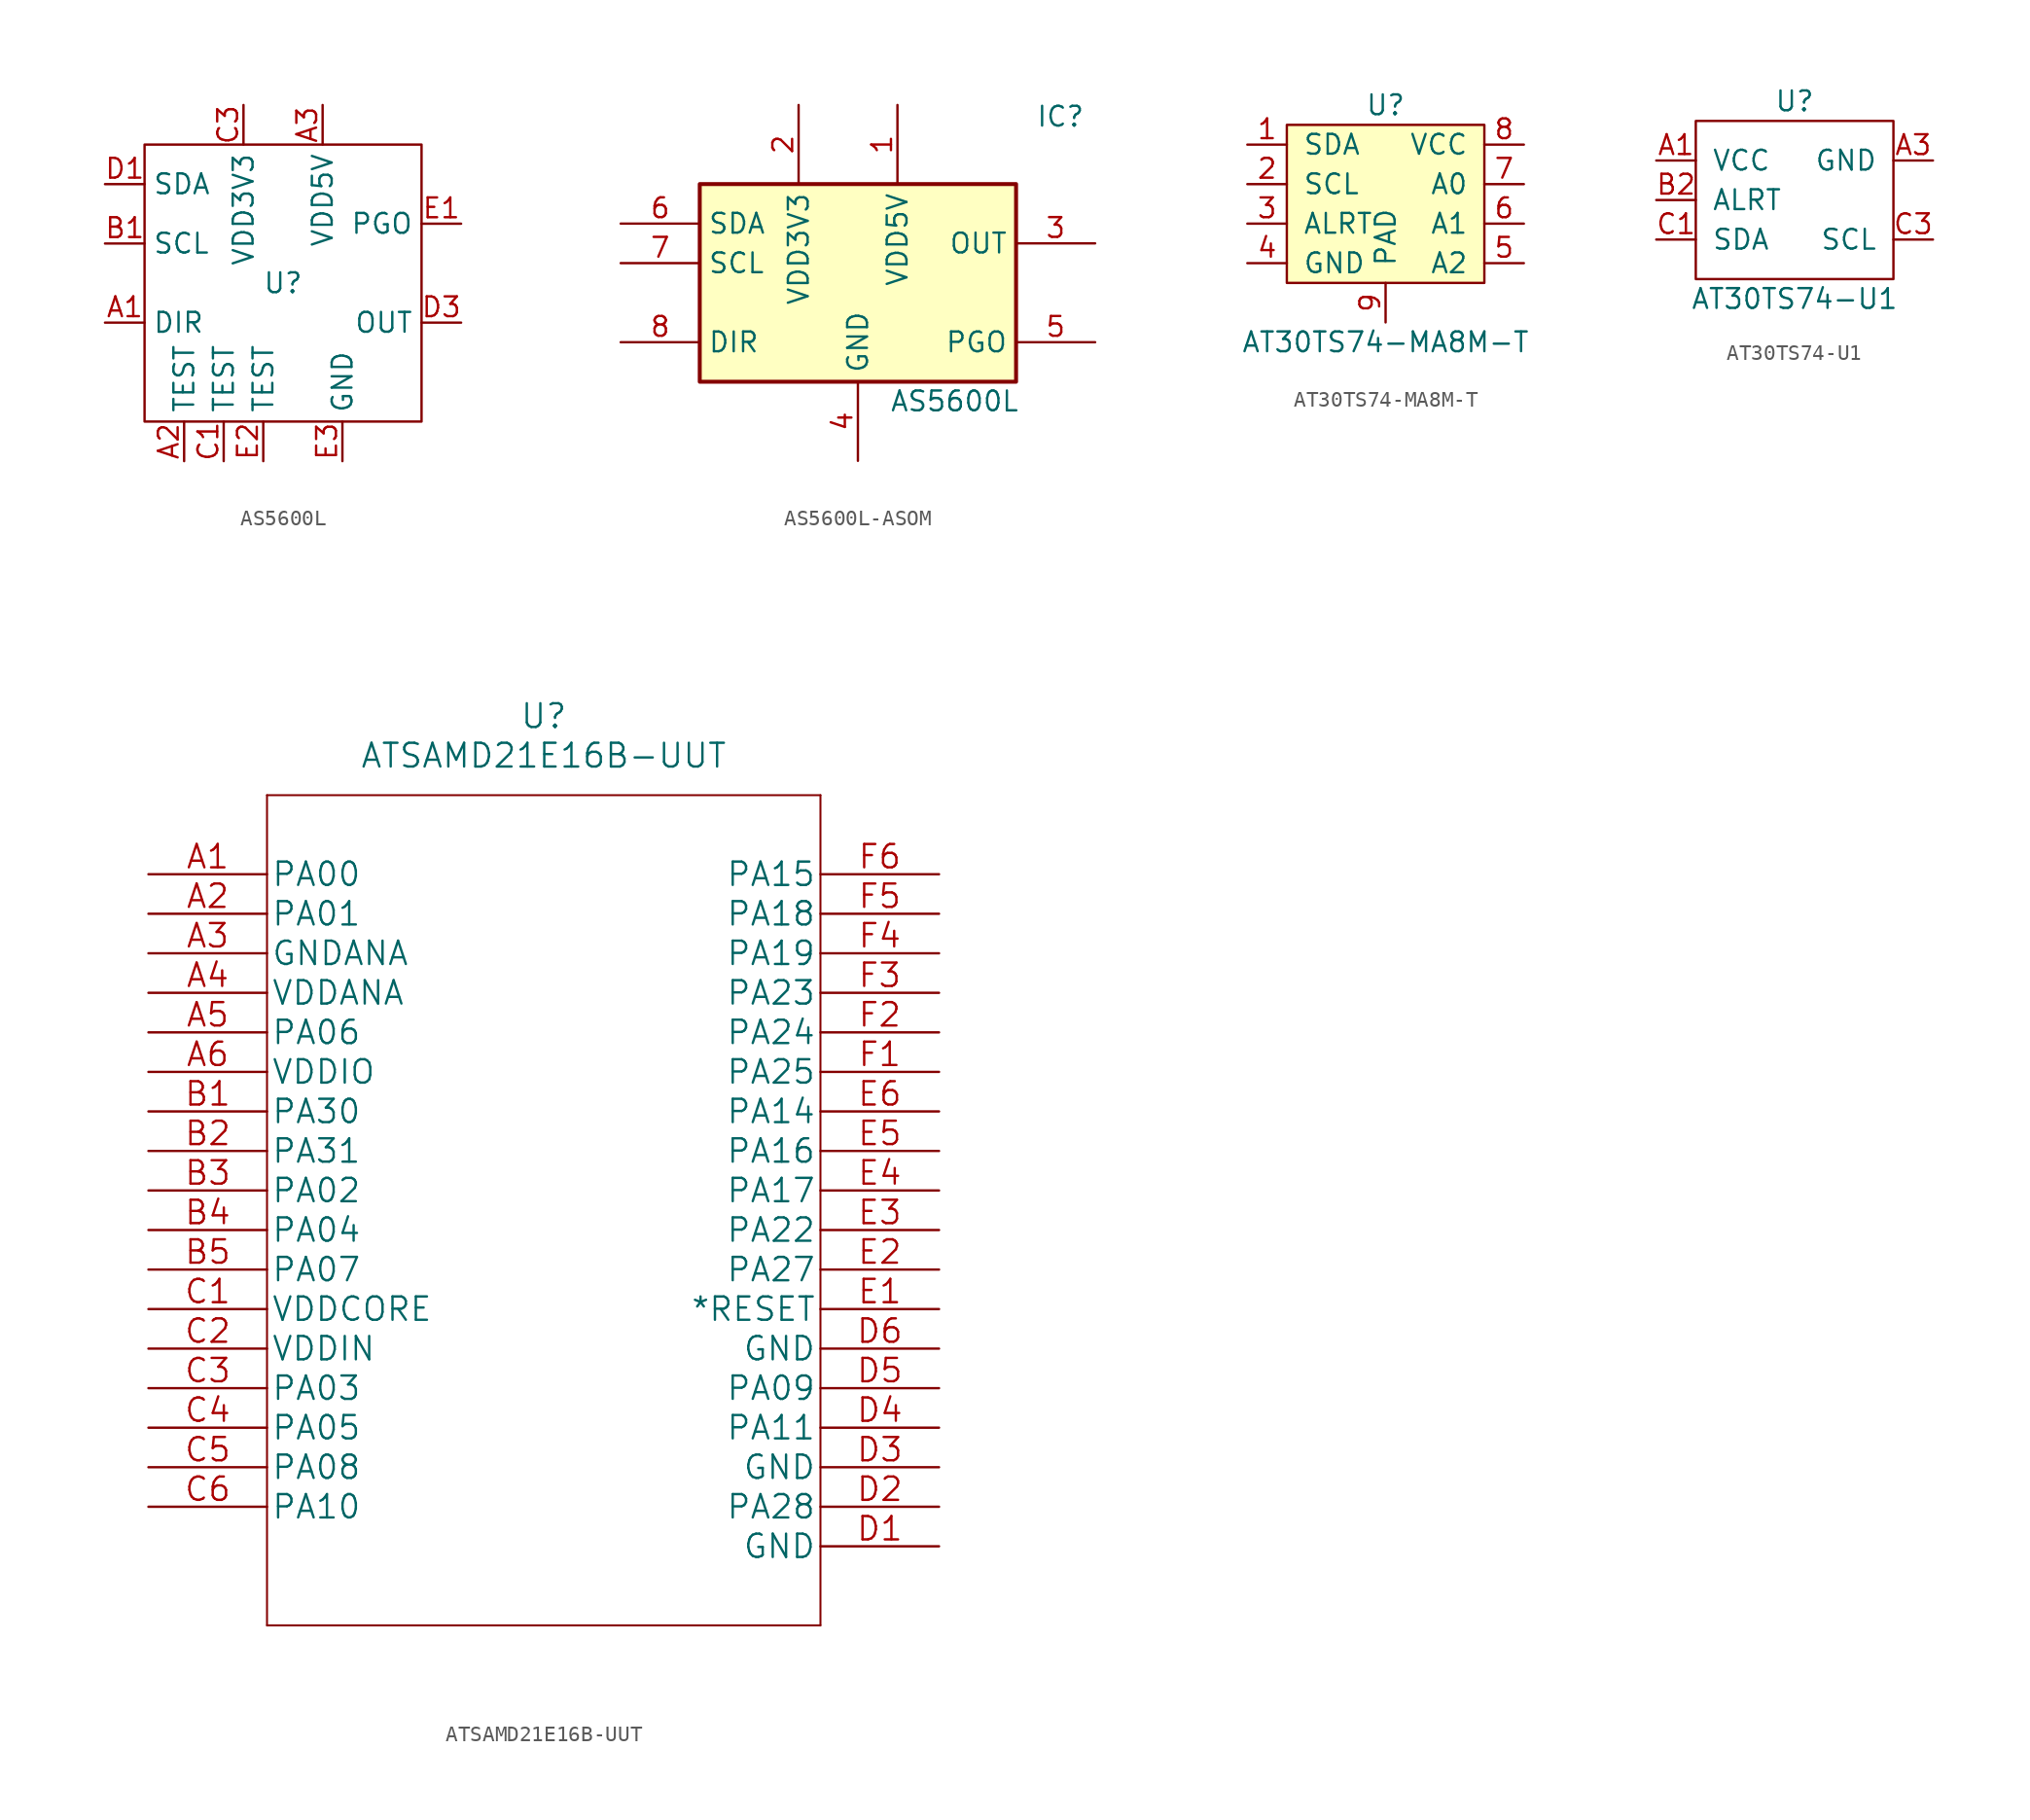
<source format=kicad_sym>
(kicad_symbol_lib
  (version 20231120)
  (generator "kicad_symbol_editor")
  (generator_version "8.0")
  (symbol "AS5600L"
    (property "Reference" "U"
      (at 0 0 0)
      (effects (font (size 1.27 1.27))))
    (property "Value" ""
      (at 0 0 0)
      (effects (font (size 1.27 1.27))))
    (symbol "AS5600L_0_0"
      (pin input line (at -11.43 -2.54 0) (length 2.54) (name "DIR" (effects (font (size 1.27 1.27)))) (number "A1" (effects (font (size 1.27 1.27)))))
      (pin power_in line (at 2.54 11.43 270) (length 2.54) (name "VDD5V" (effects (font (size 1.27 1.27)))) (number "A3" (effects (font (size 1.27 1.27)))))
      (pin input line (at -11.43 2.54 0) (length 2.54) (name "SCL" (effects (font (size 1.27 1.27)))) (number "B1" (effects (font (size 1.27 1.27)))))
      (pin power_in line (at -2.54 11.43 270) (length 2.54) (name "VDD3V3" (effects (font (size 1.27 1.27)))) (number "C3" (effects (font (size 1.27 1.27)))))
      (pin bidirectional line (at -11.43 6.35 0) (length 2.54) (name "SDA" (effects (font (size 1.27 1.27)))) (number "D1" (effects (font (size 1.27 1.27)))))
      (pin output line (at 11.43 -2.54 180) (length 2.54) (name "OUT" (effects (font (size 1.27 1.27)))) (number "D3" (effects (font (size 1.27 1.27)))))
      (pin input line (at 11.43 3.81 180) (length 2.54) (name "PGO" (effects (font (size 1.27 1.27)))) (number "E1" (effects (font (size 1.27 1.27)))))
      (pin bidirectional line (at -1.27 -11.43 90) (length 2.54) (name "TEST" (effects (font (size 1.27 1.27)))) (number "E2" (effects (font (size 1.27 1.27)))))
      (pin power_in line (at 3.81 -11.43 90) (length 2.54) (name "GND" (effects (font (size 1.27 1.27)))) (number "E3" (effects (font (size 1.27 1.27))))))
    (symbol "AS5600L_0_1"
      (rectangle (start -8.89 8.89) (end 8.89 -8.89) (stroke (width 0) (type default)) (fill (type none))))
    (symbol "AS5600L_1_0"
      (pin bidirectional line (at -6.35 -11.43 90) (length 2.54) (name "TEST" (effects (font (size 1.27 1.27)))) (number "A2" (effects (font (size 1.27 1.27)))))
      (pin no_connect line (at 0 11.43 270) (length 2.54) hide (name "NC" (effects (font (size 1.27 1.27)))) (number "B2" (effects (font (size 1.27 1.27)))))
      (pin no_connect line (at 0 11.43 270) (length 2.54) hide (name "NC" (effects (font (size 1.27 1.27)))) (number "B3" (effects (font (size 1.27 1.27)))))
      (pin bidirectional line (at -3.81 -11.43 90) (length 2.54) (name "TEST" (effects (font (size 1.27 1.27)))) (number "C1" (effects (font (size 1.27 1.27)))))
      (pin no_connect line (at 0 11.43 270) (length 2.54) hide (name "NC" (effects (font (size 1.27 1.27)))) (number "C2" (effects (font (size 1.27 1.27)))))
      (pin no_connect line (at 0 11.43 270) (length 2.54) hide (name "NC" (effects (font (size 1.27 1.27)))) (number "D2" (effects (font (size 1.27 1.27)))))))
  (symbol "AS5600L-ASOM"
    (property "Reference" "IC"
      (at 26.67 7.62 0)
      (effects (font (size 1.27 1.27)) (justify left top)))
    (property "Value" "AS5600L"
      (at 17.272 -10.668 0)
      (effects (font (size 1.27 1.27)) (justify left top)))
    (symbol "AS5600L-ASOM_1_1"
      (rectangle (start 5.08 2.54) (end 25.4 -10.16) (stroke (width 0.254) (type default)) (fill (type background)))
      (pin passive line (at 17.78 7.62 270) (length 5.08) (name "VDD5V" (effects (font (size 1.27 1.27)))) (number "1" (effects (font (size 1.27 1.27)))))
      (pin passive line (at 11.43 7.62 270) (length 5.08) (name "VDD3V3" (effects (font (size 1.27 1.27)))) (number "2" (effects (font (size 1.27 1.27)))))
      (pin passive line (at 30.48 -1.27 180) (length 5.08) (name "OUT" (effects (font (size 1.27 1.27)))) (number "3" (effects (font (size 1.27 1.27)))))
      (pin passive line (at 15.24 -15.24 90) (length 5.08) (name "GND" (effects (font (size 1.27 1.27)))) (number "4" (effects (font (size 1.27 1.27)))))
      (pin passive line (at 30.48 -7.62 180) (length 5.08) (name "PGO" (effects (font (size 1.27 1.27)))) (number "5" (effects (font (size 1.27 1.27)))))
      (pin passive line (at 0 0 0) (length 5.08) (name "SDA" (effects (font (size 1.27 1.27)))) (number "6" (effects (font (size 1.27 1.27)))))
      (pin passive line (at 0 -2.54 0) (length 5.08) (name "SCL" (effects (font (size 1.27 1.27)))) (number "7" (effects (font (size 1.27 1.27)))))
      (pin passive line (at 0 -7.62 0) (length 5.08) (name "DIR" (effects (font (size 1.27 1.27)))) (number "8" (effects (font (size 1.27 1.27)))))))
  (symbol "AT30TS74-MA8M-T"
    (pin_names
      (offset 1.016))
    (property "Reference" "U"
      (at 0 6.35 0)
      (effects (font (size 1.27 1.27))))
    (property "Value" "AT30TS74-MA8M-T"
      (at 0 -8.89 0)
      (effects (font (size 1.27 1.27))))
    (symbol "AT30TS74-MA8M-T_0_0"
      (pin bidirectional line (at -8.89 3.81 0) (length 2.54) (name "SDA" (effects (font (size 1.27 1.27)))) (number "1" (effects (font (size 1.27 1.27)))))
      (pin input line (at -8.89 1.27 0) (length 2.54) (name "SCL" (effects (font (size 1.27 1.27)))) (number "2" (effects (font (size 1.27 1.27)))))
      (pin output line (at -8.89 -1.27 0) (length 2.54) (name "ALRT" (effects (font (size 1.27 1.27)))) (number "3" (effects (font (size 1.27 1.27)))))
      (pin power_in line (at -8.89 -3.81 0) (length 2.54) (name "GND" (effects (font (size 1.27 1.27)))) (number "4" (effects (font (size 1.27 1.27)))))
      (pin input line (at 8.89 -3.81 180) (length 2.54) (name "A2" (effects (font (size 1.27 1.27)))) (number "5" (effects (font (size 1.27 1.27)))))
      (pin input line (at 8.89 -1.27 180) (length 2.54) (name "A1" (effects (font (size 1.27 1.27)))) (number "6" (effects (font (size 1.27 1.27)))))
      (pin input line (at 8.89 1.27 180) (length 2.54) (name "A0" (effects (font (size 1.27 1.27)))) (number "7" (effects (font (size 1.27 1.27)))))
      (pin power_in line (at 8.89 3.81 180) (length 2.54) (name "VCC" (effects (font (size 1.27 1.27)))) (number "8" (effects (font (size 1.27 1.27)))))
      (pin unspecified line (at 0 -7.62 90) (length 2.54) (name "PAD" (effects (font (size 1.27 1.27)))) (number "9" (effects (font (size 1.27 1.27))))))
    (symbol "AT30TS74-MA8M-T_0_1"
      (rectangle (start -6.35 5.08) (end 6.35 -5.08) (stroke (width 0) (type default)) (fill (type background)))))
  (symbol "AT30TS74-U1"
    (pin_names
      (offset 1.016))
    (property "Reference" "U"
      (at 0 6.35 0)
      (effects (font (size 1.27 1.27))))
    (property "Value" "AT30TS74-U1"
      (at 0 -6.35 0)
      (effects (font (size 1.27 1.27))))
    (symbol "AT30TS74-U1_0_0"
      (pin power_in line (at -8.89 2.54 0) (length 2.54) (name "VCC" (effects (font (size 1.27 1.27)))) (number "A1" (effects (font (size 1.27 1.27)))))
      (pin power_in line (at 8.89 2.54 180) (length 2.54) (name "GND" (effects (font (size 1.27 1.27)))) (number "A3" (effects (font (size 1.27 1.27)))))
      (pin output line (at -8.89 0 0) (length 2.54) (name "ALRT" (effects (font (size 1.27 1.27)))) (number "B2" (effects (font (size 1.27 1.27)))))
      (pin bidirectional line (at -8.89 -2.54 0) (length 2.54) (name "SDA" (effects (font (size 1.27 1.27)))) (number "C1" (effects (font (size 1.27 1.27)))))
      (pin input line (at 8.89 -2.54 180) (length 2.54) (name "SCL" (effects (font (size 1.27 1.27)))) (number "C3" (effects (font (size 1.27 1.27))))))
    (symbol "AT30TS74-U1_0_1"
      (rectangle (start -6.35 5.08) (end 6.35 -5.08) (stroke (width 0) (type default)) (fill (type none)))))
  (symbol "ATSAMD21E16B-UUT"
    (pin_names
      (offset 0.254))
    (property "Reference" "U"
      (at 25.4 10.16 0)
      (effects (font (size 1.524 1.524))))
    (property "Value" "ATSAMD21E16B-UUT"
      (at 25.4 7.62 0)
      (effects (font (size 1.524 1.524))))
    (property "Datasheet" ""
      (at 0 0 0)
      (effects (font (size 1.524 1.524))))
    (property "ki_locked" ""
      (at 0 0 0)
      (effects (font (size 1.27 1.27))))
    (symbol "ATSAMD21E16B-UUT_1_1"
      (polyline (pts (xy 7.62 -48.26) (xy 43.18 -48.26)) (stroke (width 0.127) (type default)) (fill (type none)))
      (polyline (pts (xy 7.62 5.08) (xy 7.62 -48.26)) (stroke (width 0.127) (type default)) (fill (type none)))
      (polyline (pts (xy 43.18 -48.26) (xy 43.18 5.08)) (stroke (width 0.127) (type default)) (fill (type none)))
      (polyline (pts (xy 43.18 5.08) (xy 7.62 5.08)) (stroke (width 0.127) (type default)) (fill (type none)))
      (pin bidirectional line (at 0 0 0) (length 7.62) (name "PA00" (effects (font (size 1.499 1.499)))) (number "A1" (effects (font (size 1.499 1.499)))))
      (pin bidirectional line (at 0 -2.54 0) (length 7.62) (name "PA01" (effects (font (size 1.499 1.499)))) (number "A2" (effects (font (size 1.499 1.499)))))
      (pin power_in line (at 0 -5.08 0) (length 7.62) (name "GNDANA" (effects (font (size 1.499 1.499)))) (number "A3" (effects (font (size 1.499 1.499)))))
      (pin power_in line (at 0 -7.62 0) (length 7.62) (name "VDDANA" (effects (font (size 1.499 1.499)))) (number "A4" (effects (font (size 1.499 1.499)))))
      (pin bidirectional line (at 0 -10.16 0) (length 7.62) (name "PA06" (effects (font (size 1.499 1.499)))) (number "A5" (effects (font (size 1.499 1.499)))))
      (pin power_in line (at 0 -12.7 0) (length 7.62) (name "VDDIO" (effects (font (size 1.499 1.499)))) (number "A6" (effects (font (size 1.499 1.499)))))
      (pin bidirectional line (at 0 -15.24 0) (length 7.62) (name "PA30" (effects (font (size 1.499 1.499)))) (number "B1" (effects (font (size 1.499 1.499)))))
      (pin bidirectional line (at 0 -17.78 0) (length 7.62) (name "PA31" (effects (font (size 1.499 1.499)))) (number "B2" (effects (font (size 1.499 1.499)))))
      (pin bidirectional line (at 0 -20.32 0) (length 7.62) (name "PA02" (effects (font (size 1.499 1.499)))) (number "B3" (effects (font (size 1.499 1.499)))))
      (pin bidirectional line (at 0 -22.86 0) (length 7.62) (name "PA04" (effects (font (size 1.499 1.499)))) (number "B4" (effects (font (size 1.499 1.499)))))
      (pin bidirectional line (at 0 -25.4 0) (length 7.62) (name "PA07" (effects (font (size 1.499 1.499)))) (number "B5" (effects (font (size 1.499 1.499)))))
      (pin power_in line (at 0 -27.94 0) (length 7.62) (name "VDDCORE" (effects (font (size 1.499 1.499)))) (number "C1" (effects (font (size 1.499 1.499)))))
      (pin power_in line (at 0 -30.48 0) (length 7.62) (name "VDDIN" (effects (font (size 1.499 1.499)))) (number "C2" (effects (font (size 1.499 1.499)))))
      (pin bidirectional line (at 0 -33.02 0) (length 7.62) (name "PA03" (effects (font (size 1.499 1.499)))) (number "C3" (effects (font (size 1.499 1.499)))))
      (pin bidirectional line (at 0 -35.56 0) (length 7.62) (name "PA05" (effects (font (size 1.499 1.499)))) (number "C4" (effects (font (size 1.499 1.499)))))
      (pin bidirectional line (at 0 -38.1 0) (length 7.62) (name "PA08" (effects (font (size 1.499 1.499)))) (number "C5" (effects (font (size 1.499 1.499)))))
      (pin bidirectional line (at 0 -40.64 0) (length 7.62) (name "PA10" (effects (font (size 1.499 1.499)))) (number "C6" (effects (font (size 1.499 1.499)))))
      (pin power_in line (at 50.8 -43.18 180) (length 7.62) (name "GND" (effects (font (size 1.499 1.499)))) (number "D1" (effects (font (size 1.499 1.499)))))
      (pin bidirectional line (at 50.8 -40.64 180) (length 7.62) (name "PA28" (effects (font (size 1.499 1.499)))) (number "D2" (effects (font (size 1.499 1.499)))))
      (pin power_in line (at 50.8 -38.1 180) (length 7.62) (name "GND" (effects (font (size 1.499 1.499)))) (number "D3" (effects (font (size 1.499 1.499)))))
      (pin bidirectional line (at 50.8 -35.56 180) (length 7.62) (name "PA11" (effects (font (size 1.499 1.499)))) (number "D4" (effects (font (size 1.499 1.499)))))
      (pin bidirectional line (at 50.8 -33.02 180) (length 7.62) (name "PA09" (effects (font (size 1.499 1.499)))) (number "D5" (effects (font (size 1.499 1.499)))))
      (pin power_in line (at 50.8 -30.48 180) (length 7.62) (name "GND" (effects (font (size 1.499 1.499)))) (number "D6" (effects (font (size 1.499 1.499)))))
      (pin unspecified line (at 50.8 -27.94 180) (length 7.62) (name "*RESET" (effects (font (size 1.499 1.499)))) (number "E1" (effects (font (size 1.499 1.499)))))
      (pin bidirectional line (at 50.8 -25.4 180) (length 7.62) (name "PA27" (effects (font (size 1.499 1.499)))) (number "E2" (effects (font (size 1.499 1.499)))))
      (pin bidirectional line (at 50.8 -22.86 180) (length 7.62) (name "PA22" (effects (font (size 1.499 1.499)))) (number "E3" (effects (font (size 1.499 1.499)))))
      (pin bidirectional line (at 50.8 -20.32 180) (length 7.62) (name "PA17" (effects (font (size 1.499 1.499)))) (number "E4" (effects (font (size 1.499 1.499)))))
      (pin bidirectional line (at 50.8 -17.78 180) (length 7.62) (name "PA16" (effects (font (size 1.499 1.499)))) (number "E5" (effects (font (size 1.499 1.499)))))
      (pin bidirectional line (at 50.8 -15.24 180) (length 7.62) (name "PA14" (effects (font (size 1.499 1.499)))) (number "E6" (effects (font (size 1.499 1.499)))))
      (pin bidirectional line (at 50.8 -12.7 180) (length 7.62) (name "PA25" (effects (font (size 1.499 1.499)))) (number "F1" (effects (font (size 1.499 1.499)))))
      (pin bidirectional line (at 50.8 -10.16 180) (length 7.62) (name "PA24" (effects (font (size 1.499 1.499)))) (number "F2" (effects (font (size 1.499 1.499)))))
      (pin bidirectional line (at 50.8 -7.62 180) (length 7.62) (name "PA23" (effects (font (size 1.499 1.499)))) (number "F3" (effects (font (size 1.499 1.499)))))
      (pin bidirectional line (at 50.8 -5.08 180) (length 7.62) (name "PA19" (effects (font (size 1.499 1.499)))) (number "F4" (effects (font (size 1.499 1.499)))))
      (pin bidirectional line (at 50.8 -2.54 180) (length 7.62) (name "PA18" (effects (font (size 1.499 1.499)))) (number "F5" (effects (font (size 1.499 1.499)))))
      (pin bidirectional line (at 50.8 0 180) (length 7.62) (name "PA15" (effects (font (size 1.499 1.499)))) (number "F6" (effects (font (size 1.499 1.499))))))))
</source>
